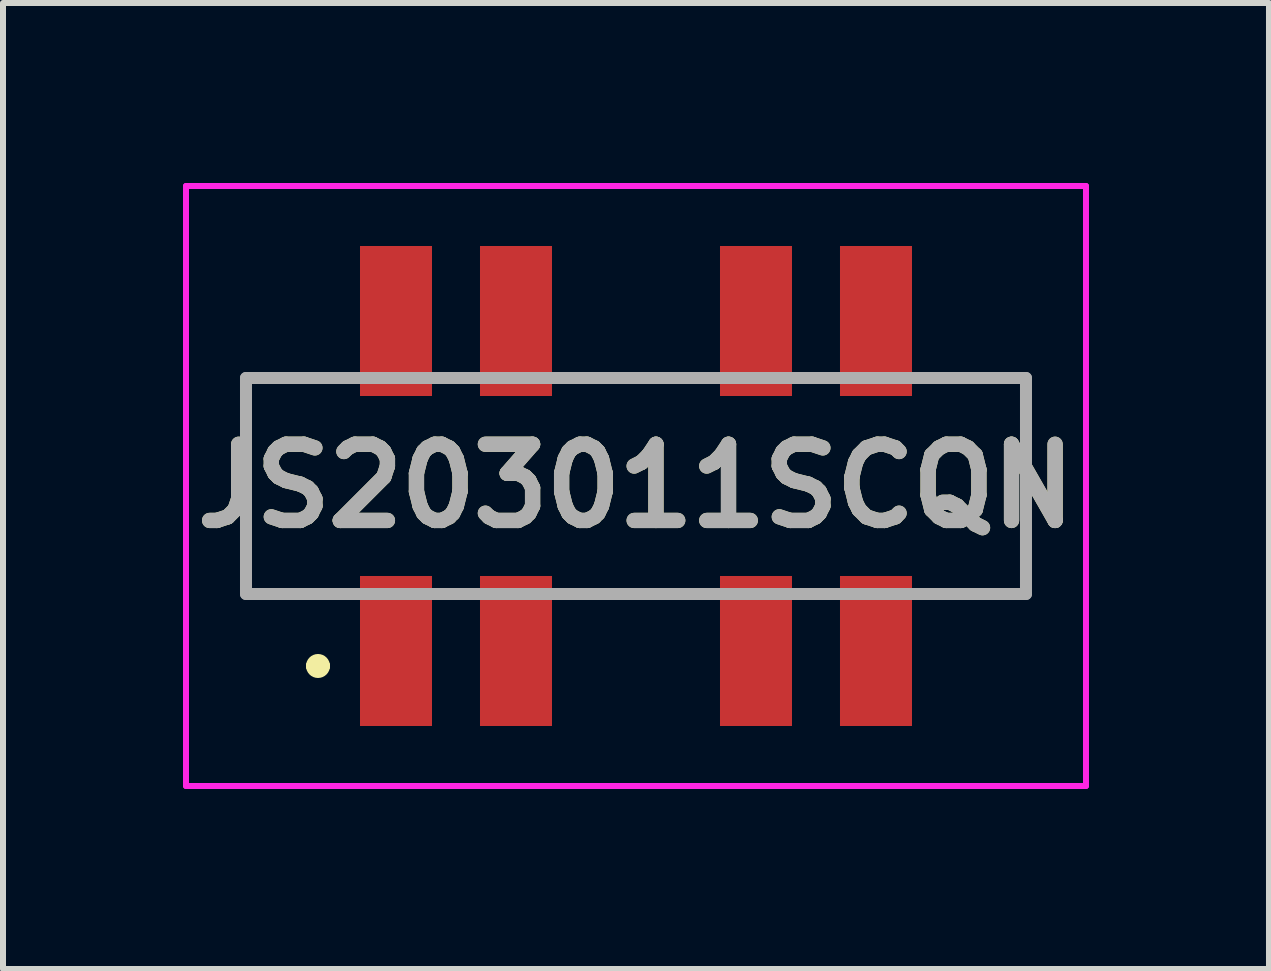
<source format=kicad_pcb>
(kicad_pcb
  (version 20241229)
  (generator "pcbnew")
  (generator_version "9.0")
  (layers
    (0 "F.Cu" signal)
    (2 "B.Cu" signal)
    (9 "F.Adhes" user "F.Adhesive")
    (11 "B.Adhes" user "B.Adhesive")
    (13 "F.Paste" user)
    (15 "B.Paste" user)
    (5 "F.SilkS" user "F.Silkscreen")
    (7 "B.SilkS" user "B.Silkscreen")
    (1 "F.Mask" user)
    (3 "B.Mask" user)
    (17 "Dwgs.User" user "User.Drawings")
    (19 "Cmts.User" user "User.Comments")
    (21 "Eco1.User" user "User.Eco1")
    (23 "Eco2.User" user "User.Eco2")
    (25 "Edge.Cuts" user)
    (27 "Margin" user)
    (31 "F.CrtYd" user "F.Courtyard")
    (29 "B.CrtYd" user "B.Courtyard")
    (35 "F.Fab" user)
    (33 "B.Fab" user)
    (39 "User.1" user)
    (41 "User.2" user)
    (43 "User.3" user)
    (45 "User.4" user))
  (footprint "JS203011SCQN"
    (layer "F.Cu")
    (at 7.55 5.05)
    (property "Reference" "JS203011SCQN" (at 0 0 0) (layer "F.SilkS") (effects (font (size 1.27 1.27) (thickness 0.254))))
    (attr smd)
    (fp_line (start -6.5 -1.8) (end -4.9 -1.8) (stroke (width 0.1) (type solid)) (layer "F.SilkS"))
    (fp_line (start -6.5 1.8) (end -6.5 -1.8) (stroke (width 0.1) (type solid)) (layer "F.SilkS"))
    (fp_line (start -5.4 3) (end -5.4 3) (stroke (width 0.2) (type solid)) (layer "F.SilkS"))
    (fp_line (start -5.2 3) (end -5.2 3) (stroke (width 0.2) (type solid)) (layer "F.SilkS"))
    (fp_line (start -4.9 1.8) (end -6.5 1.8) (stroke (width 0.1) (type solid)) (layer "F.SilkS"))
    (fp_line (start -1.1 -1.8) (end 1.1 -1.8) (stroke (width 0.1) (type solid)) (layer "F.SilkS"))
    (fp_line (start -1.1 1.8) (end 1.2 1.8) (stroke (width 0.1) (type solid)) (layer "F.SilkS"))
    (fp_line (start 4.9 -1.8) (end 6.5 -1.8) (stroke (width 0.1) (type solid)) (layer "F.SilkS"))
    (fp_line (start 6.5 -1.8) (end 6.5 1.8) (stroke (width 0.1) (type solid)) (layer "F.SilkS"))
    (fp_line (start 6.5 1.8) (end 4.9 1.8) (stroke (width 0.1) (type solid)) (layer "F.SilkS"))
    (fp_arc (start -5.4 3) (mid -5.3 2.9) (end -5.2 3) (stroke (width 0.2) (type solid)) (layer "F.SilkS"))
    (fp_arc (start -5.2 3) (mid -5.3 3.1) (end -5.4 3) (stroke (width 0.2) (type solid)) (layer "F.SilkS"))
    (fp_line (start -7.5 -5) (end 7.5 -5) (stroke (width 0.1) (type solid)) (layer "F.CrtYd"))
    (fp_line (start -7.5 5) (end -7.5 -5) (stroke (width 0.1) (type solid)) (layer "F.CrtYd"))
    (fp_line (start 7.5 -5) (end 7.5 5) (stroke (width 0.1) (type solid)) (layer "F.CrtYd"))
    (fp_line (start 7.5 5) (end -7.5 5) (stroke (width 0.1) (type solid)) (layer "F.CrtYd"))
    (fp_line (start -6.5 -1.8) (end 6.5 -1.8) (stroke (width 0.2) (type solid)) (layer "F.Fab"))
    (fp_line (start -6.5 1.8) (end -6.5 -1.8) (stroke (width 0.2) (type solid)) (layer "F.Fab"))
    (fp_line (start 6.5 -1.8) (end 6.5 1.8) (stroke (width 0.2) (type solid)) (layer "F.Fab"))
    (fp_line (start 6.5 1.8) (end -6.5 1.8) (stroke (width 0.2) (type solid)) (layer "F.Fab"))
    (fp_text user "${REFERENCE}" (at 0 0 0) (layer "F.Fab") (effects (font (size 1.27 1.27) (thickness 0.254))))
    (pad "1" smd rect (at -4 2.75) (size 1.2 2.5) (layers "F.Cu" "F.Mask" "F.Paste"))
    (pad "2" smd rect (at -2 2.75) (size 1.2 2.5) (layers "F.Cu" "F.Mask" "F.Paste"))
    (pad "3" smd rect (at 2 2.75) (size 1.2 2.5) (layers "F.Cu" "F.Mask" "F.Paste"))
    (pad "4" smd rect (at 4 2.75) (size 1.2 2.5) (layers "F.Cu" "F.Mask" "F.Paste"))
    (pad "5" smd rect (at -4 -2.75) (size 1.2 2.5) (layers "F.Cu" "F.Mask" "F.Paste"))
    (pad "6" smd rect (at -2 -2.75) (size 1.2 2.5) (layers "F.Cu" "F.Mask" "F.Paste"))
    (pad "7" smd rect (at 2 -2.75) (size 1.2 2.5) (layers "F.Cu" "F.Mask" "F.Paste"))
    (pad "8" smd rect (at 4 -2.75) (size 1.2 2.5) (layers "F.Cu" "F.Mask" "F.Paste")))
  (gr_rect
    (start -3 -3)
    (end 18.1 13.1)
    (stroke (width 0.1) (type default))
    (fill no)
    (layer "Edge.Cuts")))
</source>
